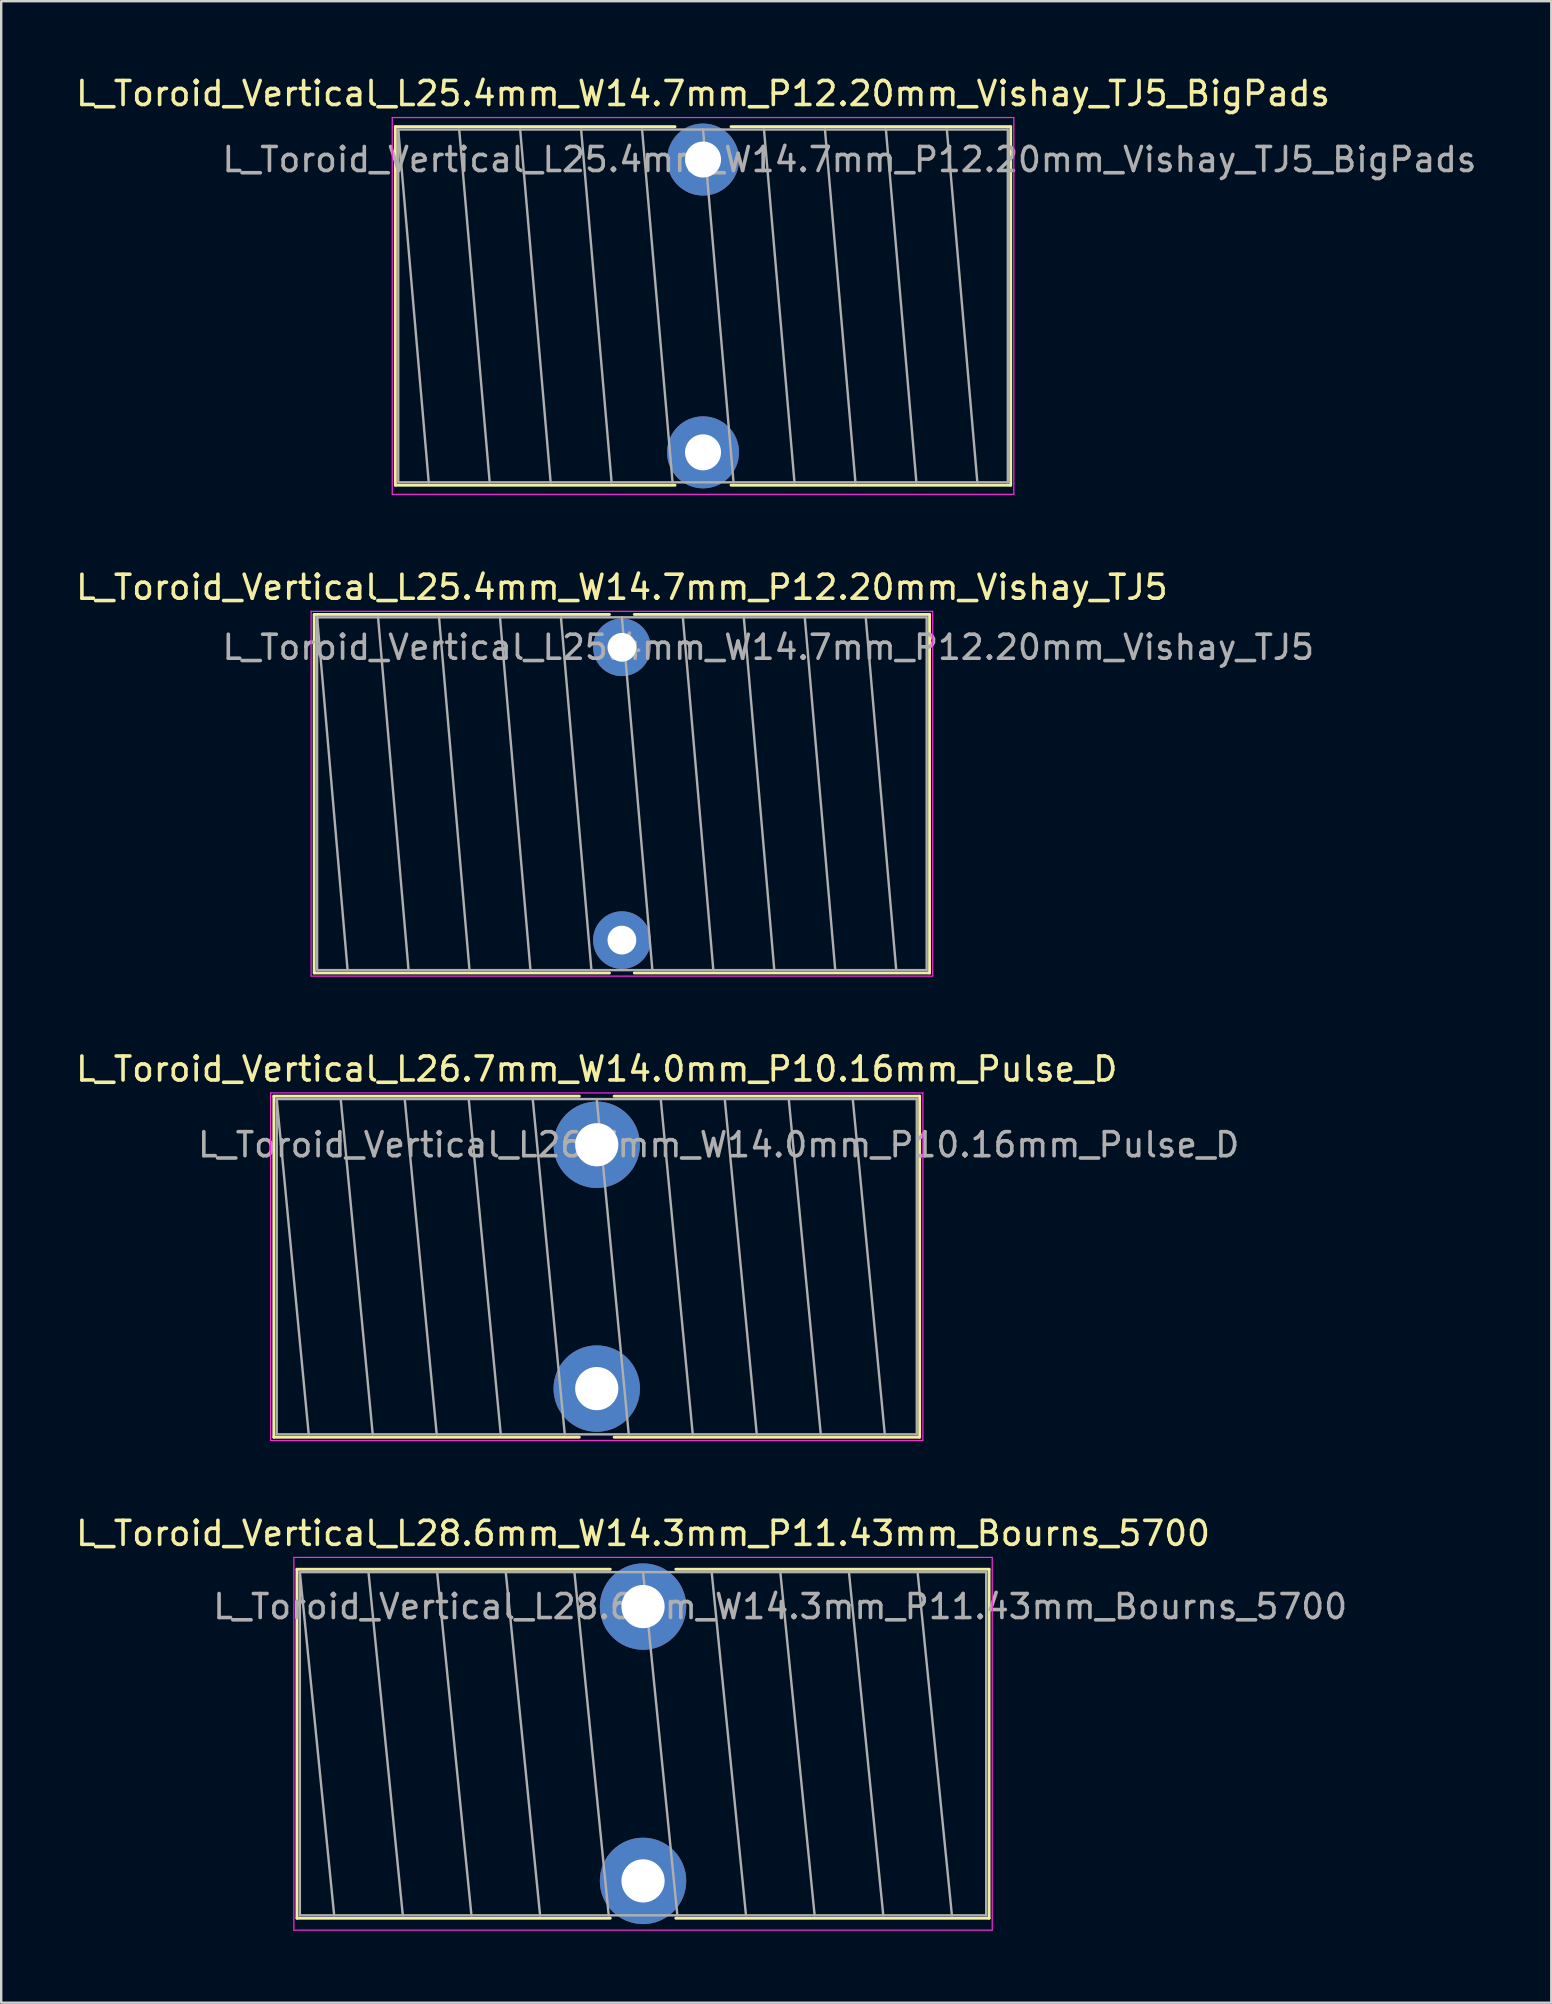
<source format=kicad_pcb>
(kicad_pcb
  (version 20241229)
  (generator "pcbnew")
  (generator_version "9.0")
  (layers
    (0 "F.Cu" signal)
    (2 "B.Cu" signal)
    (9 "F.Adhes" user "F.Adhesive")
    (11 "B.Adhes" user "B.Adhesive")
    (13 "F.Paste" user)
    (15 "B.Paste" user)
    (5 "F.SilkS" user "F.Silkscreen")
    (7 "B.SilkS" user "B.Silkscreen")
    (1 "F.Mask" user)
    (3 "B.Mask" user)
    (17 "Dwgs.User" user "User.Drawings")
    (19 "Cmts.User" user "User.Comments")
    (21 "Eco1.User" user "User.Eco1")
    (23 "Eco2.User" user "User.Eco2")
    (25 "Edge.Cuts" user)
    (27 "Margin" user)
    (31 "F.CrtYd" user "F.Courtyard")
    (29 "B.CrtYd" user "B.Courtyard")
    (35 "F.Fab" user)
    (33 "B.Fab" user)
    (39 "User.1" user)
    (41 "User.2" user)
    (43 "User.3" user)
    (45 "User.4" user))
  (footprint "L_Toroid_Vertical_L25.4mm_W14.7mm_P12.20mm_Vishay_TJ5_BigPads"
    (layer "F.Cu")
    (at 26.244 3.598)
    (property "Reference" "L_Toroid_Vertical_L25.4mm_W14.7mm_P12.20mm_Vishay_TJ5_BigPads" (at 0 -2.75 0) (layer "F.SilkS") (effects (font (size 1 1) (thickness 0.15))))
    (attr through_hole)
    (fp_line (start -12.82 -1.37) (end -12.82 13.57) (stroke (width 0.12) (type solid)) (layer "F.SilkS"))
    (fp_line (start -12.82 -1.37) (end -1.166 -1.37) (stroke (width 0.12) (type solid)) (layer "F.SilkS"))
    (fp_line (start -12.82 13.57) (end -1.166 13.57) (stroke (width 0.12) (type solid)) (layer "F.SilkS"))
    (fp_line (start 1.166 -1.37) (end 12.82 -1.37) (stroke (width 0.12) (type solid)) (layer "F.SilkS"))
    (fp_line (start 1.166 13.57) (end 12.82 13.57) (stroke (width 0.12) (type solid)) (layer "F.SilkS"))
    (fp_line (start 12.82 -1.37) (end 12.82 13.57) (stroke (width 0.12) (type solid)) (layer "F.SilkS"))
    (fp_line (start -12.95 -1.75) (end -12.95 13.95) (stroke (width 0.05) (type solid)) (layer "F.CrtYd"))
    (fp_line (start -12.95 13.95) (end 12.95 13.95) (stroke (width 0.05) (type solid)) (layer "F.CrtYd"))
    (fp_line (start 12.95 -1.75) (end -12.95 -1.75) (stroke (width 0.05) (type solid)) (layer "F.CrtYd"))
    (fp_line (start 12.95 13.95) (end 12.95 -1.75) (stroke (width 0.05) (type solid)) (layer "F.CrtYd"))
    (fp_line (start -12.7 -1.25) (end -12.7 13.45) (stroke (width 0.1) (type solid)) (layer "F.Fab"))
    (fp_line (start -12.7 -1.25) (end -11.43 13.45) (stroke (width 0.1) (type solid)) (layer "F.Fab"))
    (fp_line (start -12.7 13.45) (end 12.7 13.45) (stroke (width 0.1) (type solid)) (layer "F.Fab"))
    (fp_line (start -10.16 -1.25) (end -8.89 13.45) (stroke (width 0.1) (type solid)) (layer "F.Fab"))
    (fp_line (start -7.62 -1.25) (end -6.35 13.45) (stroke (width 0.1) (type solid)) (layer "F.Fab"))
    (fp_line (start -5.08 -1.25) (end -3.81 13.45) (stroke (width 0.1) (type solid)) (layer "F.Fab"))
    (fp_line (start -2.54 -1.25) (end -1.27 13.45) (stroke (width 0.1) (type solid)) (layer "F.Fab"))
    (fp_line (start 0 -1.25) (end 1.27 13.45) (stroke (width 0.1) (type solid)) (layer "F.Fab"))
    (fp_line (start 2.54 -1.25) (end 3.81 13.45) (stroke (width 0.1) (type solid)) (layer "F.Fab"))
    (fp_line (start 5.08 -1.25) (end 6.35 13.45) (stroke (width 0.1) (type solid)) (layer "F.Fab"))
    (fp_line (start 7.62 -1.25) (end 8.89 13.45) (stroke (width 0.1) (type solid)) (layer "F.Fab"))
    (fp_line (start 10.16 -1.25) (end 11.43 13.45) (stroke (width 0.1) (type solid)) (layer "F.Fab"))
    (fp_line (start 12.7 -1.25) (end -12.7 -1.25) (stroke (width 0.1) (type solid)) (layer "F.Fab"))
    (fp_line (start 12.7 13.45) (end 12.7 -1.25) (stroke (width 0.1) (type solid)) (layer "F.Fab"))
    (fp_text user "${REFERENCE}" (at 6.1 0 0) (layer "F.Fab") (effects (font (size 1 1) (thickness 0.15))))
    (pad "1" thru_hole circle (at 0 0) (size 3 3) (drill 1.5) (layers "*.Cu" "*.Mask"))
    (pad "2" thru_hole circle (at 0 12.2) (size 3 3) (drill 1.5) (layers "*.Cu" "*.Mask")))
  (footprint "L_Toroid_Vertical_L25.4mm_W14.7mm_P12.20mm_Vishay_TJ5"
    (layer "F.Cu")
    (at 22.863 23.922)
    (property "Reference" "L_Toroid_Vertical_L25.4mm_W14.7mm_P12.20mm_Vishay_TJ5" (at 0 -2.5 0) (layer "F.SilkS") (effects (font (size 1 1) (thickness 0.15))))
    (attr through_hole)
    (fp_line (start -12.82 -1.37) (end -12.82 13.57) (stroke (width 0.12) (type solid)) (layer "F.SilkS"))
    (fp_line (start -12.82 -1.37) (end -0.517 -1.37) (stroke (width 0.12) (type solid)) (layer "F.SilkS"))
    (fp_line (start -12.82 13.57) (end -0.517 13.57) (stroke (width 0.12) (type solid)) (layer "F.SilkS"))
    (fp_line (start 0.517 -1.37) (end 12.82 -1.37) (stroke (width 0.12) (type solid)) (layer "F.SilkS"))
    (fp_line (start 0.517 13.57) (end 12.82 13.57) (stroke (width 0.12) (type solid)) (layer "F.SilkS"))
    (fp_line (start 12.82 -1.37) (end 12.82 13.57) (stroke (width 0.12) (type solid)) (layer "F.SilkS"))
    (fp_line (start -12.95 -1.5) (end -12.95 13.7) (stroke (width 0.05) (type solid)) (layer "F.CrtYd"))
    (fp_line (start -12.95 13.7) (end 12.95 13.7) (stroke (width 0.05) (type solid)) (layer "F.CrtYd"))
    (fp_line (start 12.95 -1.5) (end -12.95 -1.5) (stroke (width 0.05) (type solid)) (layer "F.CrtYd"))
    (fp_line (start 12.95 13.7) (end 12.95 -1.5) (stroke (width 0.05) (type solid)) (layer "F.CrtYd"))
    (fp_line (start -12.7 -1.25) (end -12.7 13.45) (stroke (width 0.1) (type solid)) (layer "F.Fab"))
    (fp_line (start -12.7 -1.25) (end -11.43 13.45) (stroke (width 0.1) (type solid)) (layer "F.Fab"))
    (fp_line (start -12.7 13.45) (end 12.7 13.45) (stroke (width 0.1) (type solid)) (layer "F.Fab"))
    (fp_line (start -10.16 -1.25) (end -8.89 13.45) (stroke (width 0.1) (type solid)) (layer "F.Fab"))
    (fp_line (start -7.62 -1.25) (end -6.35 13.45) (stroke (width 0.1) (type solid)) (layer "F.Fab"))
    (fp_line (start -5.08 -1.25) (end -3.81 13.45) (stroke (width 0.1) (type solid)) (layer "F.Fab"))
    (fp_line (start -2.54 -1.25) (end -1.27 13.45) (stroke (width 0.1) (type solid)) (layer "F.Fab"))
    (fp_line (start 0 -1.25) (end 1.27 13.45) (stroke (width 0.1) (type solid)) (layer "F.Fab"))
    (fp_line (start 2.54 -1.25) (end 3.81 13.45) (stroke (width 0.1) (type solid)) (layer "F.Fab"))
    (fp_line (start 5.08 -1.25) (end 6.35 13.45) (stroke (width 0.1) (type solid)) (layer "F.Fab"))
    (fp_line (start 7.62 -1.25) (end 8.89 13.45) (stroke (width 0.1) (type solid)) (layer "F.Fab"))
    (fp_line (start 10.16 -1.25) (end 11.43 13.45) (stroke (width 0.1) (type solid)) (layer "F.Fab"))
    (fp_line (start 12.7 -1.25) (end -12.7 -1.25) (stroke (width 0.1) (type solid)) (layer "F.Fab"))
    (fp_line (start 12.7 13.45) (end 12.7 -1.25) (stroke (width 0.1) (type solid)) (layer "F.Fab"))
    (fp_text user "${REFERENCE}" (at 6.1 0 0) (layer "F.Fab") (effects (font (size 1 1) (thickness 0.15))))
    (pad "1" thru_hole circle (at 0 0) (size 2.4 2.4) (drill 1.2) (layers "*.Cu" "*.Mask"))
    (pad "2" thru_hole circle (at 0 12.2) (size 2.4 2.4) (drill 1.2) (layers "*.Cu" "*.Mask")))
  (footprint "L_Toroid_Vertical_L26.7mm_W14.0mm_P10.16mm_Pulse_D"
    (layer "F.Cu")
    (at 21.815 44.65)
    (property "Reference" "L_Toroid_Vertical_L26.7mm_W14.0mm_P10.16mm_Pulse_D" (at 0 -3.155 0) (layer "F.SilkS") (effects (font (size 1 1) (thickness 0.15))))
    (attr through_hole)
    (fp_line (start -13.455 -2.025) (end -13.455 12.185) (stroke (width 0.12) (type solid)) (layer "F.SilkS"))
    (fp_line (start -13.455 -2.025) (end -0.725 -2.025) (stroke (width 0.12) (type solid)) (layer "F.SilkS"))
    (fp_line (start -13.455 12.185) (end -0.725 12.185) (stroke (width 0.12) (type solid)) (layer "F.SilkS"))
    (fp_line (start 0.725 -2.025) (end 13.455 -2.025) (stroke (width 0.12) (type solid)) (layer "F.SilkS"))
    (fp_line (start 0.725 12.185) (end 13.455 12.185) (stroke (width 0.12) (type solid)) (layer "F.SilkS"))
    (fp_line (start 13.455 -2.025) (end 13.455 12.185) (stroke (width 0.12) (type solid)) (layer "F.SilkS"))
    (fp_line (start -13.59 -2.16) (end -13.59 12.32) (stroke (width 0.05) (type solid)) (layer "F.CrtYd"))
    (fp_line (start -13.59 12.32) (end 13.59 12.32) (stroke (width 0.05) (type solid)) (layer "F.CrtYd"))
    (fp_line (start 13.59 -2.16) (end -13.59 -2.16) (stroke (width 0.05) (type solid)) (layer "F.CrtYd"))
    (fp_line (start 13.59 12.32) (end 13.59 -2.16) (stroke (width 0.05) (type solid)) (layer "F.CrtYd"))
    (fp_line (start -13.335 -1.905) (end -13.335 12.065) (stroke (width 0.1) (type solid)) (layer "F.Fab"))
    (fp_line (start -13.335 -1.905) (end -12.002 12.065) (stroke (width 0.1) (type solid)) (layer "F.Fab"))
    (fp_line (start -13.335 12.065) (end 13.335 12.065) (stroke (width 0.1) (type solid)) (layer "F.Fab"))
    (fp_line (start -10.668 -1.905) (end -9.335 12.065) (stroke (width 0.1) (type solid)) (layer "F.Fab"))
    (fp_line (start -8.001 -1.905) (end -6.668 12.065) (stroke (width 0.1) (type solid)) (layer "F.Fab"))
    (fp_line (start -5.334 -1.905) (end -4 12.065) (stroke (width 0.1) (type solid)) (layer "F.Fab"))
    (fp_line (start -2.667 -1.905) (end -1.333 12.065) (stroke (width 0.1) (type solid)) (layer "F.Fab"))
    (fp_line (start 0 -1.905) (end 1.333 12.065) (stroke (width 0.1) (type solid)) (layer "F.Fab"))
    (fp_line (start 2.667 -1.905) (end 4 12.065) (stroke (width 0.1) (type solid)) (layer "F.Fab"))
    (fp_line (start 5.334 -1.905) (end 6.668 12.065) (stroke (width 0.1) (type solid)) (layer "F.Fab"))
    (fp_line (start 8.001 -1.905) (end 9.335 12.065) (stroke (width 0.1) (type solid)) (layer "F.Fab"))
    (fp_line (start 10.668 -1.905) (end 12.002 12.065) (stroke (width 0.1) (type solid)) (layer "F.Fab"))
    (fp_line (start 13.335 -1.905) (end -13.335 -1.905) (stroke (width 0.1) (type solid)) (layer "F.Fab"))
    (fp_line (start 13.335 12.065) (end 13.335 -1.905) (stroke (width 0.1) (type solid)) (layer "F.Fab"))
    (fp_text user "${REFERENCE}" (at 5.08 0 0) (layer "F.Fab") (effects (font (size 1 1) (thickness 0.15))))
    (pad "1" thru_hole circle (at 0 0) (size 3.6 3.6) (drill 1.8) (layers "*.Cu" "*.Mask"))
    (pad "2" thru_hole circle (at 0 10.16) (size 3.6 3.6) (drill 1.8) (layers "*.Cu" "*.Mask")))
  (footprint "L_Toroid_Vertical_L28.6mm_W14.3mm_P11.43mm_Bourns_5700"
    (layer "F.Cu")
    (at 23.744 63.893)
    (property "Reference" "L_Toroid_Vertical_L28.6mm_W14.3mm_P11.43mm_Bourns_5700" (at 0 -3.05 0) (layer "F.SilkS") (effects (font (size 1 1) (thickness 0.15))))
    (attr through_hole)
    (fp_line (start -14.42 -1.555) (end -14.42 12.985) (stroke (width 0.12) (type solid)) (layer "F.SilkS"))
    (fp_line (start -14.42 -1.555) (end -1.365 -1.555) (stroke (width 0.12) (type solid)) (layer "F.SilkS"))
    (fp_line (start -14.42 12.985) (end -1.365 12.985) (stroke (width 0.12) (type solid)) (layer "F.SilkS"))
    (fp_line (start 1.365 -1.555) (end 14.42 -1.555) (stroke (width 0.12) (type solid)) (layer "F.SilkS"))
    (fp_line (start 1.365 12.985) (end 14.42 12.985) (stroke (width 0.12) (type solid)) (layer "F.SilkS"))
    (fp_line (start 14.42 -1.555) (end 14.42 12.985) (stroke (width 0.12) (type solid)) (layer "F.SilkS"))
    (fp_line (start -14.55 -2.05) (end -14.55 13.48) (stroke (width 0.05) (type solid)) (layer "F.CrtYd"))
    (fp_line (start -14.55 13.48) (end 14.55 13.48) (stroke (width 0.05) (type solid)) (layer "F.CrtYd"))
    (fp_line (start 14.55 -2.05) (end -14.55 -2.05) (stroke (width 0.05) (type solid)) (layer "F.CrtYd"))
    (fp_line (start 14.55 13.48) (end 14.55 -2.05) (stroke (width 0.05) (type solid)) (layer "F.CrtYd"))
    (fp_line (start -14.3 -1.435) (end -14.3 12.865) (stroke (width 0.1) (type solid)) (layer "F.Fab"))
    (fp_line (start -14.3 -1.435) (end -12.87 12.865) (stroke (width 0.1) (type solid)) (layer "F.Fab"))
    (fp_line (start -14.3 12.865) (end 14.3 12.865) (stroke (width 0.1) (type solid)) (layer "F.Fab"))
    (fp_line (start -11.44 -1.435) (end -10.01 12.865) (stroke (width 0.1) (type solid)) (layer "F.Fab"))
    (fp_line (start -8.58 -1.435) (end -7.15 12.865) (stroke (width 0.1) (type solid)) (layer "F.Fab"))
    (fp_line (start -5.72 -1.435) (end -4.29 12.865) (stroke (width 0.1) (type solid)) (layer "F.Fab"))
    (fp_line (start -2.86 -1.435) (end -1.43 12.865) (stroke (width 0.1) (type solid)) (layer "F.Fab"))
    (fp_line (start 0 -1.435) (end 1.43 12.865) (stroke (width 0.1) (type solid)) (layer "F.Fab"))
    (fp_line (start 2.86 -1.435) (end 4.29 12.865) (stroke (width 0.1) (type solid)) (layer "F.Fab"))
    (fp_line (start 5.72 -1.435) (end 7.15 12.865) (stroke (width 0.1) (type solid)) (layer "F.Fab"))
    (fp_line (start 8.58 -1.435) (end 10.01 12.865) (stroke (width 0.1) (type solid)) (layer "F.Fab"))
    (fp_line (start 11.44 -1.435) (end 12.87 12.865) (stroke (width 0.1) (type solid)) (layer "F.Fab"))
    (fp_line (start 14.3 -1.435) (end -14.3 -1.435) (stroke (width 0.1) (type solid)) (layer "F.Fab"))
    (fp_line (start 14.3 12.865) (end 14.3 -1.435) (stroke (width 0.1) (type solid)) (layer "F.Fab"))
    (fp_text user "${REFERENCE}" (at 5.715 0 0) (layer "F.Fab") (effects (font (size 1 1) (thickness 0.15))))
    (pad "1" thru_hole circle (at 0 0) (size 3.6 3.6) (drill 1.8) (layers "*.Cu" "*.Mask"))
    (pad "2" thru_hole circle (at 0 11.43) (size 3.6 3.6) (drill 1.8) (layers "*.Cu" "*.Mask")))
  (gr_rect
    (start -3 -3)
    (end 61.588 80.398)
    (stroke (width 0.1) (type default))
    (fill no)
    (layer "Edge.Cuts")))
</source>
